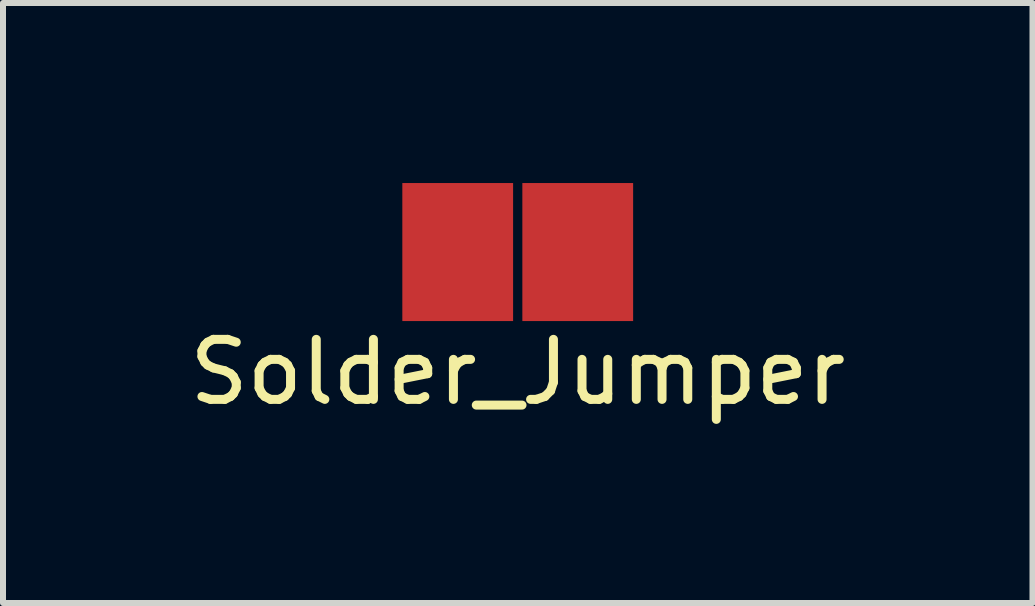
<source format=kicad_pcb>
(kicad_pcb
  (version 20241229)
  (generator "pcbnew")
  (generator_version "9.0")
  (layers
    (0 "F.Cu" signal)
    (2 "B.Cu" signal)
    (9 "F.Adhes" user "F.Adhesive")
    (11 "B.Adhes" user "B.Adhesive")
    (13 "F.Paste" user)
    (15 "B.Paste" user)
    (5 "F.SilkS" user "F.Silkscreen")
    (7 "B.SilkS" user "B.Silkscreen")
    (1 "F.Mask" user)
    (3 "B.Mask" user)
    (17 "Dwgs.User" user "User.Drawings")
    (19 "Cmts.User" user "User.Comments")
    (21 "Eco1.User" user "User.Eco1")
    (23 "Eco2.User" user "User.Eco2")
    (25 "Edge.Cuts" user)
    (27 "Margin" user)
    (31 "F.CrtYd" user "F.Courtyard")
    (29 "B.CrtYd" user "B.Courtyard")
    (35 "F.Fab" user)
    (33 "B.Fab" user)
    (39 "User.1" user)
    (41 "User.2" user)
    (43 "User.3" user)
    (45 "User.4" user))
  (footprint "Solder_Jumper"
    (layer "F.Cu")
    (at 5.577 1.15)
    (property "Reference" "Solder_Jumper" (at 0 2 0) (layer "F.SilkS") (effects (font (size 1 1) (thickness 0.15))))
    (attr through_hole)
    (pad "1" smd rect (at -1 0) (size 1.846 2.3) (layers "F.Cu" "F.Mask"))
    (pad "2" smd rect (at 1 0) (size 1.846 2.3) (layers "F.Cu" "F.Mask")))
  (gr_rect
    (start -3 -3)
    (end 14.155 6.998)
    (stroke (width 0.1) (type default))
    (fill no)
    (layer "Edge.Cuts")))
</source>
